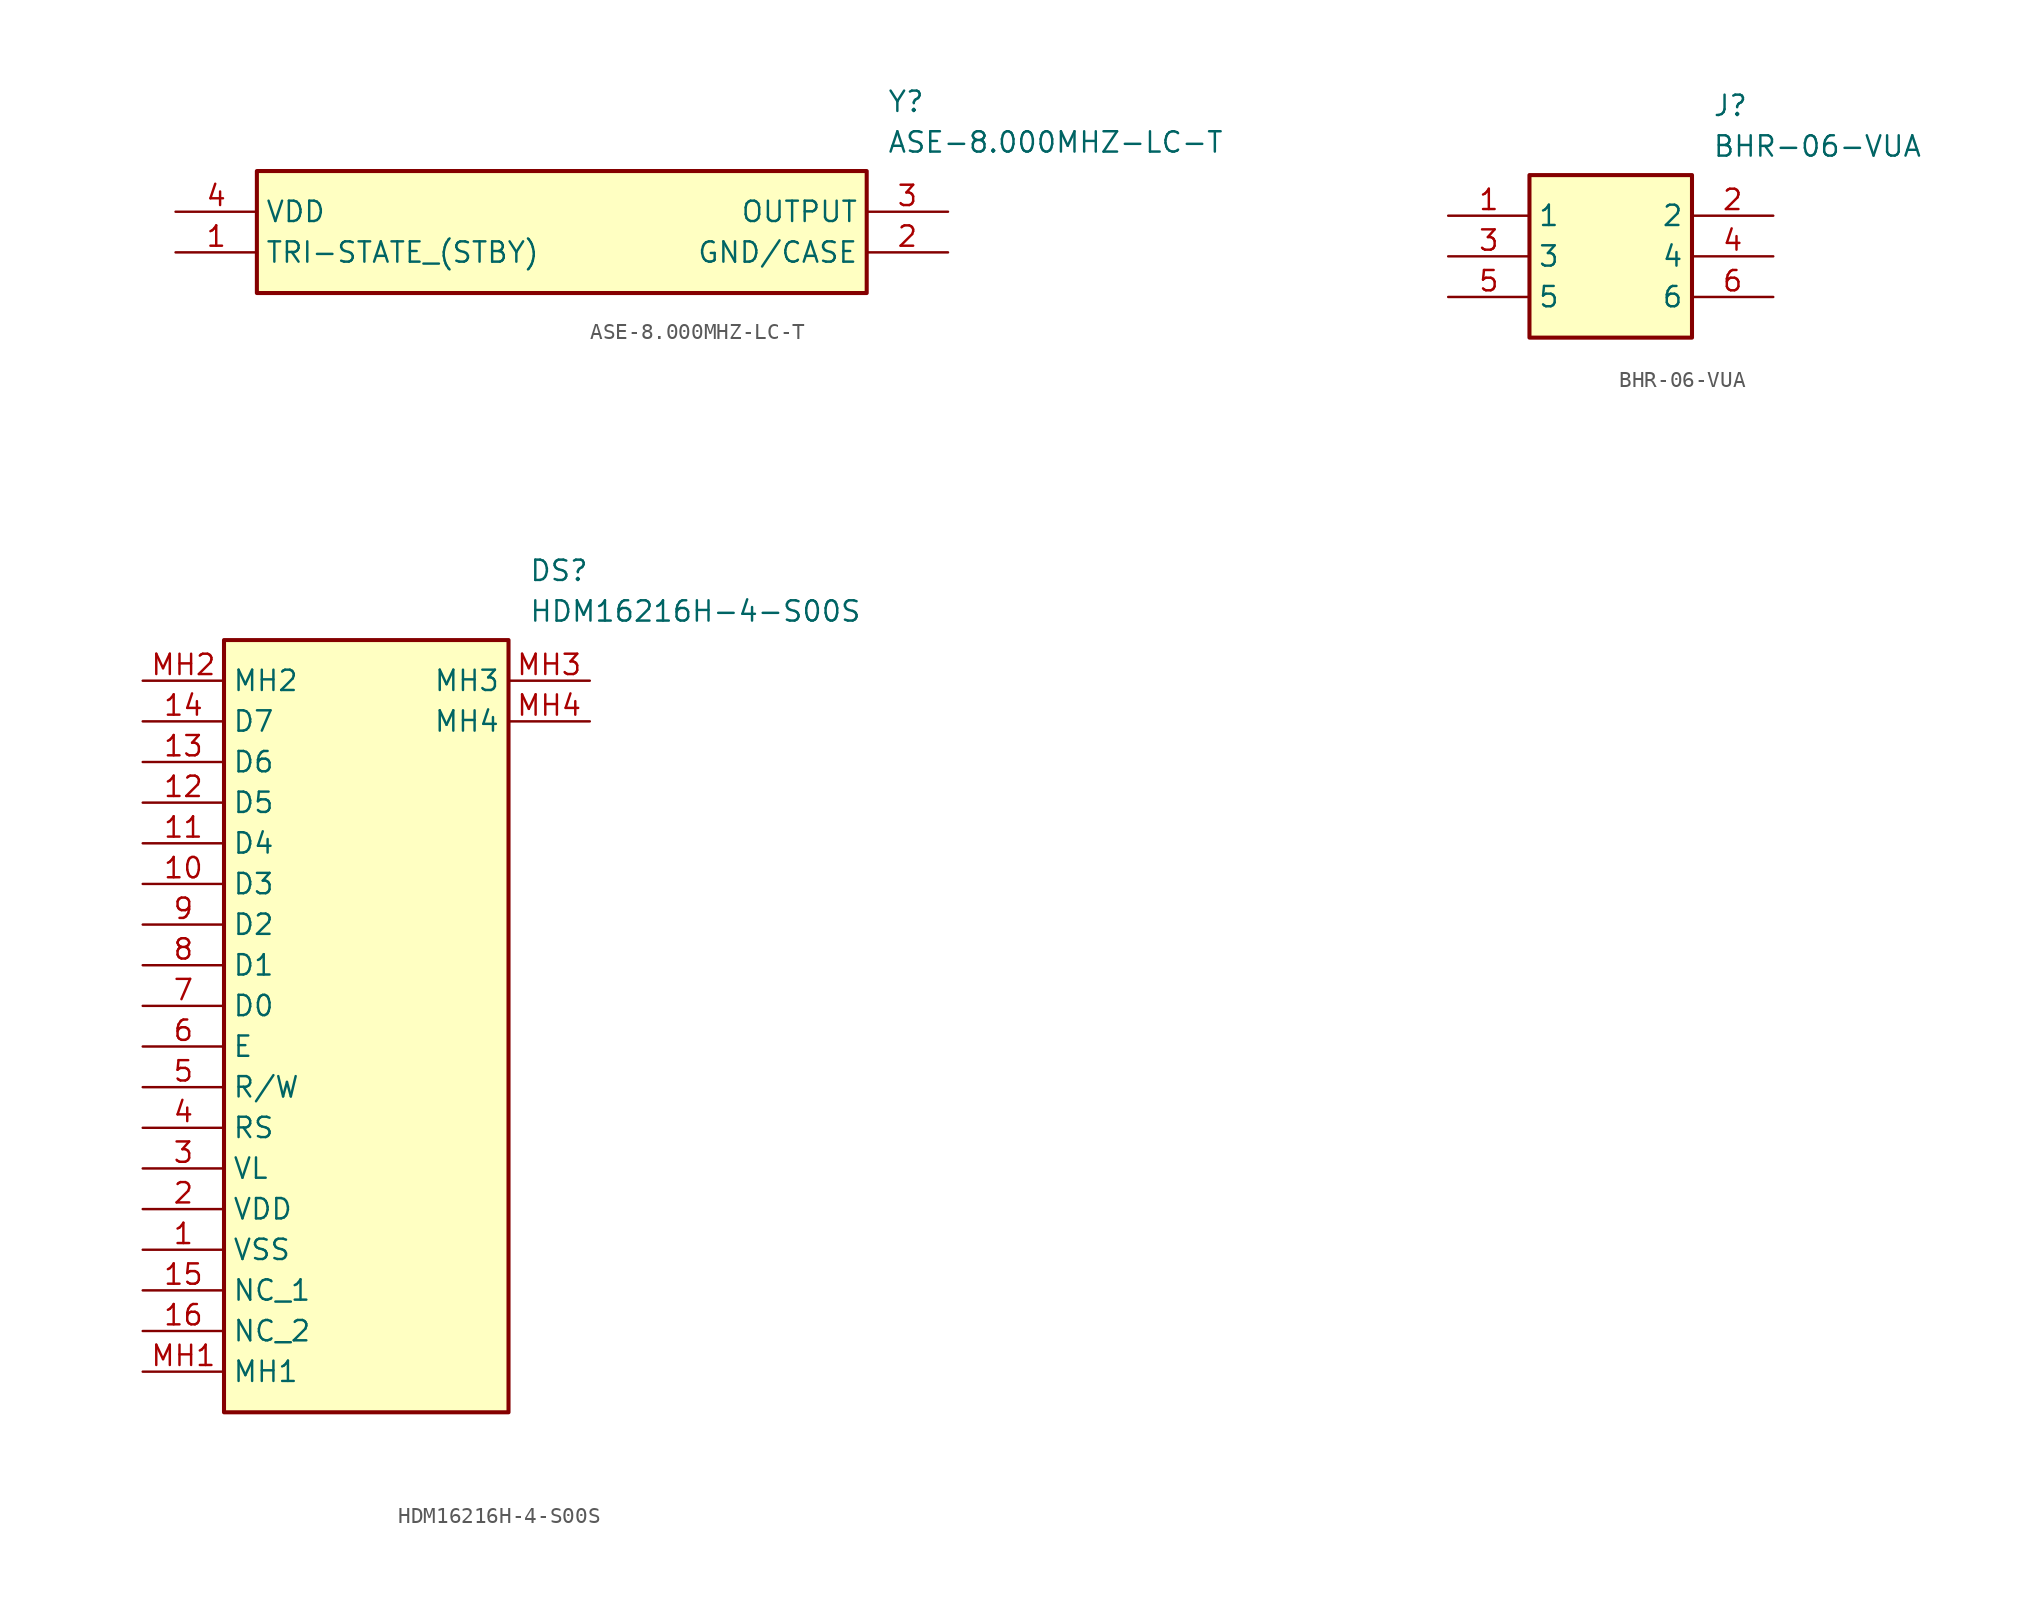
<source format=kicad_sym>
(kicad_symbol_lib
  (version 20220914)
  (generator SamacSys_ECAD_Model)
  (symbol "ASE-8.000MHZ-LC-T"
    (property "Reference" "Y"
      (at 44.45 7.62 0)
      (effects (font (size 1.27 1.27)) (justify left top)))
    (property "Value" "ASE-8.000MHZ-LC-T"
      (at 44.45 5.08 0)
      (effects (font (size 1.27 1.27)) (justify left top)))
    (rectangle
      (start 5.08 2.54)
      (end 43.18 -5.08)
      (stroke (width 0.254) (type default))
      (fill (type background)))
    (pin passive line
      (at 0 -2.54 0)
      (length 5.08)
      (name "TRI-STATE_(STBY)" (effects (font (size 1.27 1.27))))
      (number "1" (effects (font (size 1.27 1.27)))))
    (pin passive line
      (at 48.26 -2.54 180)
      (length 5.08)
      (name "GND/CASE" (effects (font (size 1.27 1.27))))
      (number "2" (effects (font (size 1.27 1.27)))))
    (pin passive line
      (at 48.26 0 180)
      (length 5.08)
      (name "OUTPUT" (effects (font (size 1.27 1.27))))
      (number "3" (effects (font (size 1.27 1.27)))))
    (pin passive line
      (at 0 0 0)
      (length 5.08)
      (name "VDD" (effects (font (size 1.27 1.27))))
      (number "4" (effects (font (size 1.27 1.27))))))
  (symbol "BHR-06-VUA"
    (property "Reference" "J"
      (at 16.51 7.62 0)
      (effects (font (size 1.27 1.27)) (justify left top)))
    (property "Value" "BHR-06-VUA"
      (at 16.51 5.08 0)
      (effects (font (size 1.27 1.27)) (justify left top)))
    (rectangle
      (start 5.08 2.54)
      (end 15.24 -7.62)
      (stroke (width 0.254) (type default))
      (fill (type background)))
    (pin passive line
      (at 0 0 0)
      (length 5.08)
      (name "1" (effects (font (size 1.27 1.27))))
      (number "1" (effects (font (size 1.27 1.27)))))
    (pin passive line
      (at 0 -2.54 0)
      (length 5.08)
      (name "3" (effects (font (size 1.27 1.27))))
      (number "3" (effects (font (size 1.27 1.27)))))
    (pin passive line
      (at 0 -5.08 0)
      (length 5.08)
      (name "5" (effects (font (size 1.27 1.27))))
      (number "5" (effects (font (size 1.27 1.27)))))
    (pin passive line
      (at 20.32 0 180)
      (length 5.08)
      (name "2" (effects (font (size 1.27 1.27))))
      (number "2" (effects (font (size 1.27 1.27)))))
    (pin passive line
      (at 20.32 -2.54 180)
      (length 5.08)
      (name "4" (effects (font (size 1.27 1.27))))
      (number "4" (effects (font (size 1.27 1.27)))))
    (pin passive line
      (at 20.32 -5.08 180)
      (length 5.08)
      (name "6" (effects (font (size 1.27 1.27))))
      (number "6" (effects (font (size 1.27 1.27))))))
  (symbol "HDM16216H-4-S00S"
    (property "Reference" "DS"
      (at 24.13 7.62 0)
      (effects (font (size 1.27 1.27)) (justify left top)))
    (property "Value" "HDM16216H-4-S00S"
      (at 24.13 5.08 0)
      (effects (font (size 1.27 1.27)) (justify left top)))
    (rectangle
      (start 5.08 2.54)
      (end 22.86 -45.72)
      (stroke (width 0.254) (type default))
      (fill (type background)))
    (pin passive line
      (at 0 -35.56 0)
      (length 5.08)
      (name "VSS" (effects (font (size 1.27 1.27))))
      (number "1" (effects (font (size 1.27 1.27)))))
    (pin passive line
      (at 0 -33.02 0)
      (length 5.08)
      (name "VDD" (effects (font (size 1.27 1.27))))
      (number "2" (effects (font (size 1.27 1.27)))))
    (pin passive line
      (at 0 -30.48 0)
      (length 5.08)
      (name "VL" (effects (font (size 1.27 1.27))))
      (number "3" (effects (font (size 1.27 1.27)))))
    (pin passive line
      (at 0 -27.94 0)
      (length 5.08)
      (name "RS" (effects (font (size 1.27 1.27))))
      (number "4" (effects (font (size 1.27 1.27)))))
    (pin passive line
      (at 0 -25.4 0)
      (length 5.08)
      (name "R/W" (effects (font (size 1.27 1.27))))
      (number "5" (effects (font (size 1.27 1.27)))))
    (pin passive line
      (at 0 -22.86 0)
      (length 5.08)
      (name "E" (effects (font (size 1.27 1.27))))
      (number "6" (effects (font (size 1.27 1.27)))))
    (pin passive line
      (at 0 -20.32 0)
      (length 5.08)
      (name "D0" (effects (font (size 1.27 1.27))))
      (number "7" (effects (font (size 1.27 1.27)))))
    (pin passive line
      (at 0 -17.78 0)
      (length 5.08)
      (name "D1" (effects (font (size 1.27 1.27))))
      (number "8" (effects (font (size 1.27 1.27)))))
    (pin passive line
      (at 0 -15.24 0)
      (length 5.08)
      (name "D2" (effects (font (size 1.27 1.27))))
      (number "9" (effects (font (size 1.27 1.27)))))
    (pin passive line
      (at 0 -12.7 0)
      (length 5.08)
      (name "D3" (effects (font (size 1.27 1.27))))
      (number "10" (effects (font (size 1.27 1.27)))))
    (pin passive line
      (at 0 -10.16 0)
      (length 5.08)
      (name "D4" (effects (font (size 1.27 1.27))))
      (number "11" (effects (font (size 1.27 1.27)))))
    (pin passive line
      (at 0 -7.62 0)
      (length 5.08)
      (name "D5" (effects (font (size 1.27 1.27))))
      (number "12" (effects (font (size 1.27 1.27)))))
    (pin passive line
      (at 0 -5.08 0)
      (length 5.08)
      (name "D6" (effects (font (size 1.27 1.27))))
      (number "13" (effects (font (size 1.27 1.27)))))
    (pin passive line
      (at 0 -2.54 0)
      (length 5.08)
      (name "D7" (effects (font (size 1.27 1.27))))
      (number "14" (effects (font (size 1.27 1.27)))))
    (pin passive line
      (at 0 -38.1 0)
      (length 5.08)
      (name "NC_1" (effects (font (size 1.27 1.27))))
      (number "15" (effects (font (size 1.27 1.27)))))
    (pin passive line
      (at 0 -40.64 0)
      (length 5.08)
      (name "NC_2" (effects (font (size 1.27 1.27))))
      (number "16" (effects (font (size 1.27 1.27)))))
    (pin passive line
      (at 0 -43.18 0)
      (length 5.08)
      (name "MH1" (effects (font (size 1.27 1.27))))
      (number "MH1" (effects (font (size 1.27 1.27)))))
    (pin passive line
      (at 0 0 0)
      (length 5.08)
      (name "MH2" (effects (font (size 1.27 1.27))))
      (number "MH2" (effects (font (size 1.27 1.27)))))
    (pin passive line
      (at 27.94 0 180)
      (length 5.08)
      (name "MH3" (effects (font (size 1.27 1.27))))
      (number "MH3" (effects (font (size 1.27 1.27)))))
    (pin passive line
      (at 27.94 -2.54 180)
      (length 5.08)
      (name "MH4" (effects (font (size 1.27 1.27))))
      (number "MH4" (effects (font (size 1.27 1.27)))))))
</source>
